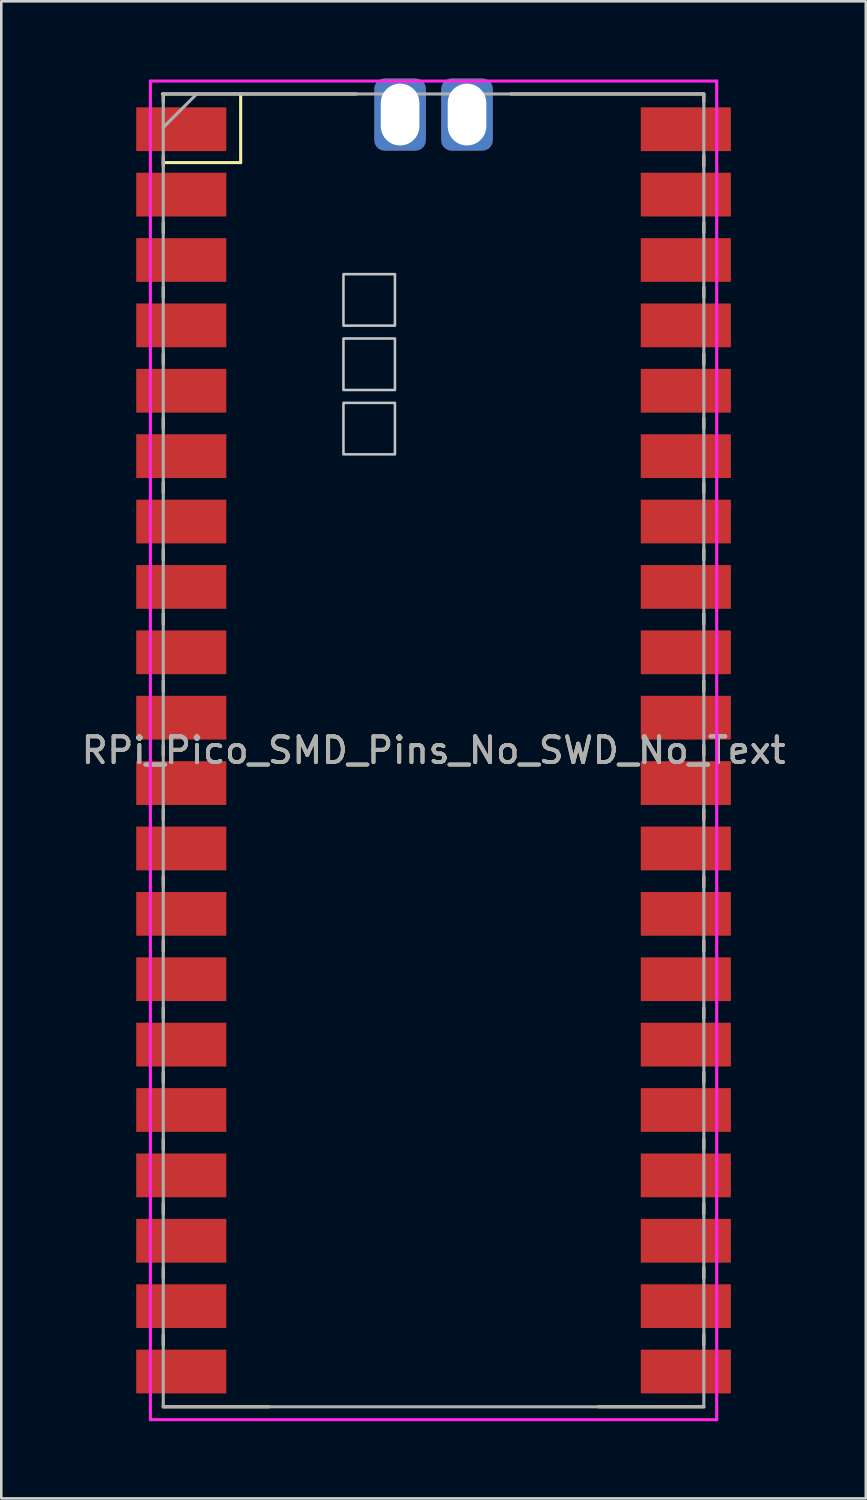
<source format=kicad_pcb>
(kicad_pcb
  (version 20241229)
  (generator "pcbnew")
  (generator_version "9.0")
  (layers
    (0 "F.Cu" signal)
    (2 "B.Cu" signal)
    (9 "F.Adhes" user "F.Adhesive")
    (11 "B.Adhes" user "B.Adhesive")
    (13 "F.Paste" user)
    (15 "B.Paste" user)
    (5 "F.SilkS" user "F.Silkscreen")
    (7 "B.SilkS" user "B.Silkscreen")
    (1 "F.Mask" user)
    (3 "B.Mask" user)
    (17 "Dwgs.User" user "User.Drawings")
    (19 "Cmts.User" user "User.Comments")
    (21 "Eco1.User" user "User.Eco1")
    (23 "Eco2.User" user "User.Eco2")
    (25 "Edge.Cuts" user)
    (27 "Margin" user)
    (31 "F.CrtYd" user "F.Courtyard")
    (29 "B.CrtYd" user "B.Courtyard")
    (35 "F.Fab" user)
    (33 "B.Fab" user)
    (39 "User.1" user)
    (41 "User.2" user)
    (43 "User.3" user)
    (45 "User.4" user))
  (footprint "RPi_Pico_SMD_Pins_No_SWD_No_Text"
    (layer "F.Cu")
    (at 13.792 26.1)
    (property "Reference" "RPi_Pico_SMD_Pins_No_SWD_No_Text" (at 0 0 0) (layer "F.SilkS") (effects (font (size 1 1) (thickness 0.15))))
    (attr through_hole)
    (fp_line (start -10.5 -25.5) (end -10.5 -25.2) (stroke (width 0.12) (type solid)) (layer "F.SilkS"))
    (fp_line (start -10.5 -23.1) (end -10.5 -22.7) (stroke (width 0.12) (type solid)) (layer "F.SilkS"))
    (fp_line (start -10.5 -22.833) (end -7.493 -22.833) (stroke (width 0.12) (type solid)) (layer "F.SilkS"))
    (fp_line (start -10.5 -20.5) (end -10.5 -20.1) (stroke (width 0.12) (type solid)) (layer "F.SilkS"))
    (fp_line (start -10.5 -18) (end -10.5 -17.6) (stroke (width 0.12) (type solid)) (layer "F.SilkS"))
    (fp_line (start -10.5 -15.4) (end -10.5 -15) (stroke (width 0.12) (type solid)) (layer "F.SilkS"))
    (fp_line (start -10.5 -12.9) (end -10.5 -12.5) (stroke (width 0.12) (type solid)) (layer "F.SilkS"))
    (fp_line (start -10.5 -10.4) (end -10.5 -10) (stroke (width 0.12) (type solid)) (layer "F.SilkS"))
    (fp_line (start -10.5 -7.8) (end -10.5 -7.4) (stroke (width 0.12) (type solid)) (layer "F.SilkS"))
    (fp_line (start -10.5 -5.3) (end -10.5 -4.9) (stroke (width 0.12) (type solid)) (layer "F.SilkS"))
    (fp_line (start -10.5 -2.7) (end -10.5 -2.3) (stroke (width 0.12) (type solid)) (layer "F.SilkS"))
    (fp_line (start -10.5 -0.2) (end -10.5 0.2) (stroke (width 0.12) (type solid)) (layer "F.SilkS"))
    (fp_line (start -10.5 2.3) (end -10.5 2.7) (stroke (width 0.12) (type solid)) (layer "F.SilkS"))
    (fp_line (start -10.5 4.9) (end -10.5 5.3) (stroke (width 0.12) (type solid)) (layer "F.SilkS"))
    (fp_line (start -10.5 7.4) (end -10.5 7.8) (stroke (width 0.12) (type solid)) (layer "F.SilkS"))
    (fp_line (start -10.5 10) (end -10.5 10.4) (stroke (width 0.12) (type solid)) (layer "F.SilkS"))
    (fp_line (start -10.5 12.5) (end -10.5 12.9) (stroke (width 0.12) (type solid)) (layer "F.SilkS"))
    (fp_line (start -10.5 15.1) (end -10.5 15.5) (stroke (width 0.12) (type solid)) (layer "F.SilkS"))
    (fp_line (start -10.5 17.6) (end -10.5 18) (stroke (width 0.12) (type solid)) (layer "F.SilkS"))
    (fp_line (start -10.5 20.1) (end -10.5 20.5) (stroke (width 0.12) (type solid)) (layer "F.SilkS"))
    (fp_line (start -10.5 22.7) (end -10.5 23.1) (stroke (width 0.12) (type solid)) (layer "F.SilkS"))
    (fp_line (start -7.493 -22.833) (end -7.493 -25.5) (stroke (width 0.12) (type solid)) (layer "F.SilkS"))
    (fp_line (start -6.4 25.5) (end -10.5 25.5) (stroke (width 0.12) (type solid)) (layer "F.SilkS"))
    (fp_line (start -3 -25.5) (end -10.53 -25.5) (stroke (width 0.12) (type solid)) (layer "F.SilkS"))
    (fp_line (start 10.47 -25.5) (end 3 -25.5) (stroke (width 0.12) (type solid)) (layer "F.SilkS"))
    (fp_line (start 10.5 -25.5) (end 10.5 -25.2) (stroke (width 0.12) (type solid)) (layer "F.SilkS"))
    (fp_line (start 10.5 -23.1) (end 10.5 -22.7) (stroke (width 0.12) (type solid)) (layer "F.SilkS"))
    (fp_line (start 10.5 -20.5) (end 10.5 -20.1) (stroke (width 0.12) (type solid)) (layer "F.SilkS"))
    (fp_line (start 10.5 -18) (end 10.5 -17.6) (stroke (width 0.12) (type solid)) (layer "F.SilkS"))
    (fp_line (start 10.5 -15.4) (end 10.5 -15) (stroke (width 0.12) (type solid)) (layer "F.SilkS"))
    (fp_line (start 10.5 -12.9) (end 10.5 -12.5) (stroke (width 0.12) (type solid)) (layer "F.SilkS"))
    (fp_line (start 10.5 -10.4) (end 10.5 -10) (stroke (width 0.12) (type solid)) (layer "F.SilkS"))
    (fp_line (start 10.5 -7.8) (end 10.5 -7.4) (stroke (width 0.12) (type solid)) (layer "F.SilkS"))
    (fp_line (start 10.5 -5.3) (end 10.5 -4.9) (stroke (width 0.12) (type solid)) (layer "F.SilkS"))
    (fp_line (start 10.5 -2.7) (end 10.5 -2.3) (stroke (width 0.12) (type solid)) (layer "F.SilkS"))
    (fp_line (start 10.5 -0.2) (end 10.5 0.2) (stroke (width 0.12) (type solid)) (layer "F.SilkS"))
    (fp_line (start 10.5 2.3) (end 10.5 2.7) (stroke (width 0.12) (type solid)) (layer "F.SilkS"))
    (fp_line (start 10.5 4.9) (end 10.5 5.3) (stroke (width 0.12) (type solid)) (layer "F.SilkS"))
    (fp_line (start 10.5 7.4) (end 10.5 7.8) (stroke (width 0.12) (type solid)) (layer "F.SilkS"))
    (fp_line (start 10.5 10) (end 10.5 10.4) (stroke (width 0.12) (type solid)) (layer "F.SilkS"))
    (fp_line (start 10.5 12.5) (end 10.5 12.9) (stroke (width 0.12) (type solid)) (layer "F.SilkS"))
    (fp_line (start 10.5 15.1) (end 10.5 15.5) (stroke (width 0.12) (type solid)) (layer "F.SilkS"))
    (fp_line (start 10.5 17.6) (end 10.5 18) (stroke (width 0.12) (type solid)) (layer "F.SilkS"))
    (fp_line (start 10.5 20.1) (end 10.5 20.5) (stroke (width 0.12) (type solid)) (layer "F.SilkS"))
    (fp_line (start 10.5 22.7) (end 10.5 23.1) (stroke (width 0.12) (type solid)) (layer "F.SilkS"))
    (fp_line (start 10.5 25.5) (end 6.4 25.5) (stroke (width 0.12) (type solid)) (layer "F.SilkS"))
    (fp_poly (pts (xy -1.5 -16.5) (xy -3.5 -16.5) (xy -3.5 -18.5) (xy -1.5 -18.5)) (stroke (width 0.1) (type solid)) (fill no) (layer "Dwgs.User"))
    (fp_poly (pts (xy -1.5 -14) (xy -3.5 -14) (xy -3.5 -16) (xy -1.5 -16)) (stroke (width 0.1) (type solid)) (fill no) (layer "Dwgs.User"))
    (fp_poly (pts (xy -1.5 -11.5) (xy -3.5 -11.5) (xy -3.5 -13.5) (xy -1.5 -13.5)) (stroke (width 0.1) (type solid)) (fill no) (layer "Dwgs.User"))
    (fp_line (start -11 -26) (end 11 -26) (stroke (width 0.12) (type solid)) (layer "F.CrtYd"))
    (fp_line (start -11 26) (end -11 -26) (stroke (width 0.12) (type solid)) (layer "F.CrtYd"))
    (fp_line (start 11 -26) (end 11 26) (stroke (width 0.12) (type solid)) (layer "F.CrtYd"))
    (fp_line (start 11 26) (end -11 26) (stroke (width 0.12) (type solid)) (layer "F.CrtYd"))
    (fp_line (start -10.5 -25.5) (end 10.5 -25.5) (stroke (width 0.12) (type solid)) (layer "F.Fab"))
    (fp_line (start -10.5 -24.2) (end -9.2 -25.5) (stroke (width 0.12) (type solid)) (layer "F.Fab"))
    (fp_line (start -10.5 25.5) (end -10.5 -25.5) (stroke (width 0.12) (type solid)) (layer "F.Fab"))
    (fp_line (start 10.5 -25.5) (end 10.5 25.5) (stroke (width 0.12) (type solid)) (layer "F.Fab"))
    (fp_line (start 10.5 25.5) (end -10.5 25.5) (stroke (width 0.12) (type solid)) (layer "F.Fab"))
    (fp_text user "${REFERENCE}" (at 0 0 180) (layer "F.Fab") (effects (font (size 1 1) (thickness 0.15))))
    (pad "1" smd rect (at -9.8 -24.13) (size 3.5 1.7) (layers "F.Cu" "F.Mask"))
    (pad "2" smd rect (at -9.8 -21.59) (size 3.5 1.7) (layers "F.Cu" "F.Mask"))
    (pad "3" smd rect (at -9.8 -19.05) (size 3.5 1.7) (layers "F.Cu" "F.Mask"))
    (pad "4" smd rect (at -9.8 -16.51) (size 3.5 1.7) (layers "F.Cu" "F.Mask"))
    (pad "5" smd rect (at -9.8 -13.97) (size 3.5 1.7) (layers "F.Cu" "F.Mask"))
    (pad "6" smd rect (at -9.8 -11.43) (size 3.5 1.7) (layers "F.Cu" "F.Mask"))
    (pad "7" smd rect (at -9.8 -8.89) (size 3.5 1.7) (layers "F.Cu" "F.Mask"))
    (pad "8" smd rect (at -9.8 -6.35) (size 3.5 1.7) (layers "F.Cu" "F.Mask"))
    (pad "9" smd rect (at -9.8 -3.81) (size 3.5 1.7) (layers "F.Cu" "F.Mask"))
    (pad "10" smd rect (at -9.8 -1.27) (size 3.5 1.7) (layers "F.Cu" "F.Mask"))
    (pad "11" smd rect (at -9.8 1.27) (size 3.5 1.7) (layers "F.Cu" "F.Mask"))
    (pad "12" smd rect (at -9.8 3.81) (size 3.5 1.7) (layers "F.Cu" "F.Mask"))
    (pad "13" smd rect (at -9.8 6.35) (size 3.5 1.7) (layers "F.Cu" "F.Mask"))
    (pad "14" smd rect (at -9.8 8.89) (size 3.5 1.7) (layers "F.Cu" "F.Mask"))
    (pad "15" smd rect (at -9.8 11.43) (size 3.5 1.7) (layers "F.Cu" "F.Mask"))
    (pad "16" smd rect (at -9.8 13.97) (size 3.5 1.7) (layers "F.Cu" "F.Mask"))
    (pad "17" smd rect (at -9.8 16.51) (size 3.5 1.7) (layers "F.Cu" "F.Mask"))
    (pad "18" smd rect (at -9.8 19.05) (size 3.5 1.7) (layers "F.Cu" "F.Mask"))
    (pad "19" smd rect (at -9.8 21.59) (size 3.5 1.7) (layers "F.Cu" "F.Mask"))
    (pad "20" smd rect (at -9.8 24.13) (size 3.5 1.7) (layers "F.Cu" "F.Mask"))
    (pad "21" smd rect (at 9.8 24.13) (size 3.5 1.7) (layers "F.Cu" "F.Mask"))
    (pad "22" smd rect (at 9.8 21.59) (size 3.5 1.7) (layers "F.Cu" "F.Mask"))
    (pad "23" smd rect (at 9.8 19.05) (size 3.5 1.7) (layers "F.Cu" "F.Mask"))
    (pad "24" smd rect (at 9.8 16.51) (size 3.5 1.7) (layers "F.Cu" "F.Mask"))
    (pad "25" smd rect (at 9.8 13.97) (size 3.5 1.7) (layers "F.Cu" "F.Mask"))
    (pad "26" smd rect (at 9.8 11.43) (size 3.5 1.7) (layers "F.Cu" "F.Mask"))
    (pad "27" smd rect (at 9.8 8.89) (size 3.5 1.7) (layers "F.Cu" "F.Mask"))
    (pad "28" smd rect (at 9.8 6.35) (size 3.5 1.7) (layers "F.Cu" "F.Mask"))
    (pad "29" smd rect (at 9.8 3.81) (size 3.5 1.7) (layers "F.Cu" "F.Mask"))
    (pad "30" smd rect (at 9.8 1.27) (size 3.5 1.7) (layers "F.Cu" "F.Mask"))
    (pad "31" smd rect (at 9.8 -1.27) (size 3.5 1.7) (layers "F.Cu" "F.Mask"))
    (pad "32" smd rect (at 9.8 -3.81) (size 3.5 1.7) (layers "F.Cu" "F.Mask"))
    (pad "33" smd rect (at 9.8 -6.35) (size 3.5 1.7) (layers "F.Cu" "F.Mask"))
    (pad "34" smd rect (at 9.8 -8.89) (size 3.5 1.7) (layers "F.Cu" "F.Mask"))
    (pad "35" smd rect (at 9.8 -11.43) (size 3.5 1.7) (layers "F.Cu" "F.Mask"))
    (pad "36" smd rect (at 9.8 -13.97) (size 3.5 1.7) (layers "F.Cu" "F.Mask"))
    (pad "37" smd rect (at 9.8 -16.51) (size 3.5 1.7) (layers "F.Cu" "F.Mask"))
    (pad "38" smd rect (at 9.8 -19.05) (size 3.5 1.7) (layers "F.Cu" "F.Mask"))
    (pad "39" smd rect (at 9.8 -21.59) (size 3.5 1.7) (layers "F.Cu" "F.Mask"))
    (pad "40" smd rect (at 9.8 -24.13) (size 3.5 1.7) (layers "F.Cu" "F.Mask"))
    (pad "TP2" thru_hole roundrect (at 1.3 -24.7) (size 2 2.8) (drill oval 1.5 2.4) (layers "*.Cu" "*.Mask") (roundrect_rratio 0.2))
    (pad "TP3" thru_hole roundrect (at -1.3 -24.7) (size 2 2.8) (drill oval 1.5 2.4) (layers "*.Cu" "*.Mask") (roundrect_rratio 0.2)))
  (gr_rect
    (start -3 -3)
    (end 30.583 55.16)
    (stroke (width 0.1) (type default))
    (fill no)
    (layer "Edge.Cuts")))
</source>
